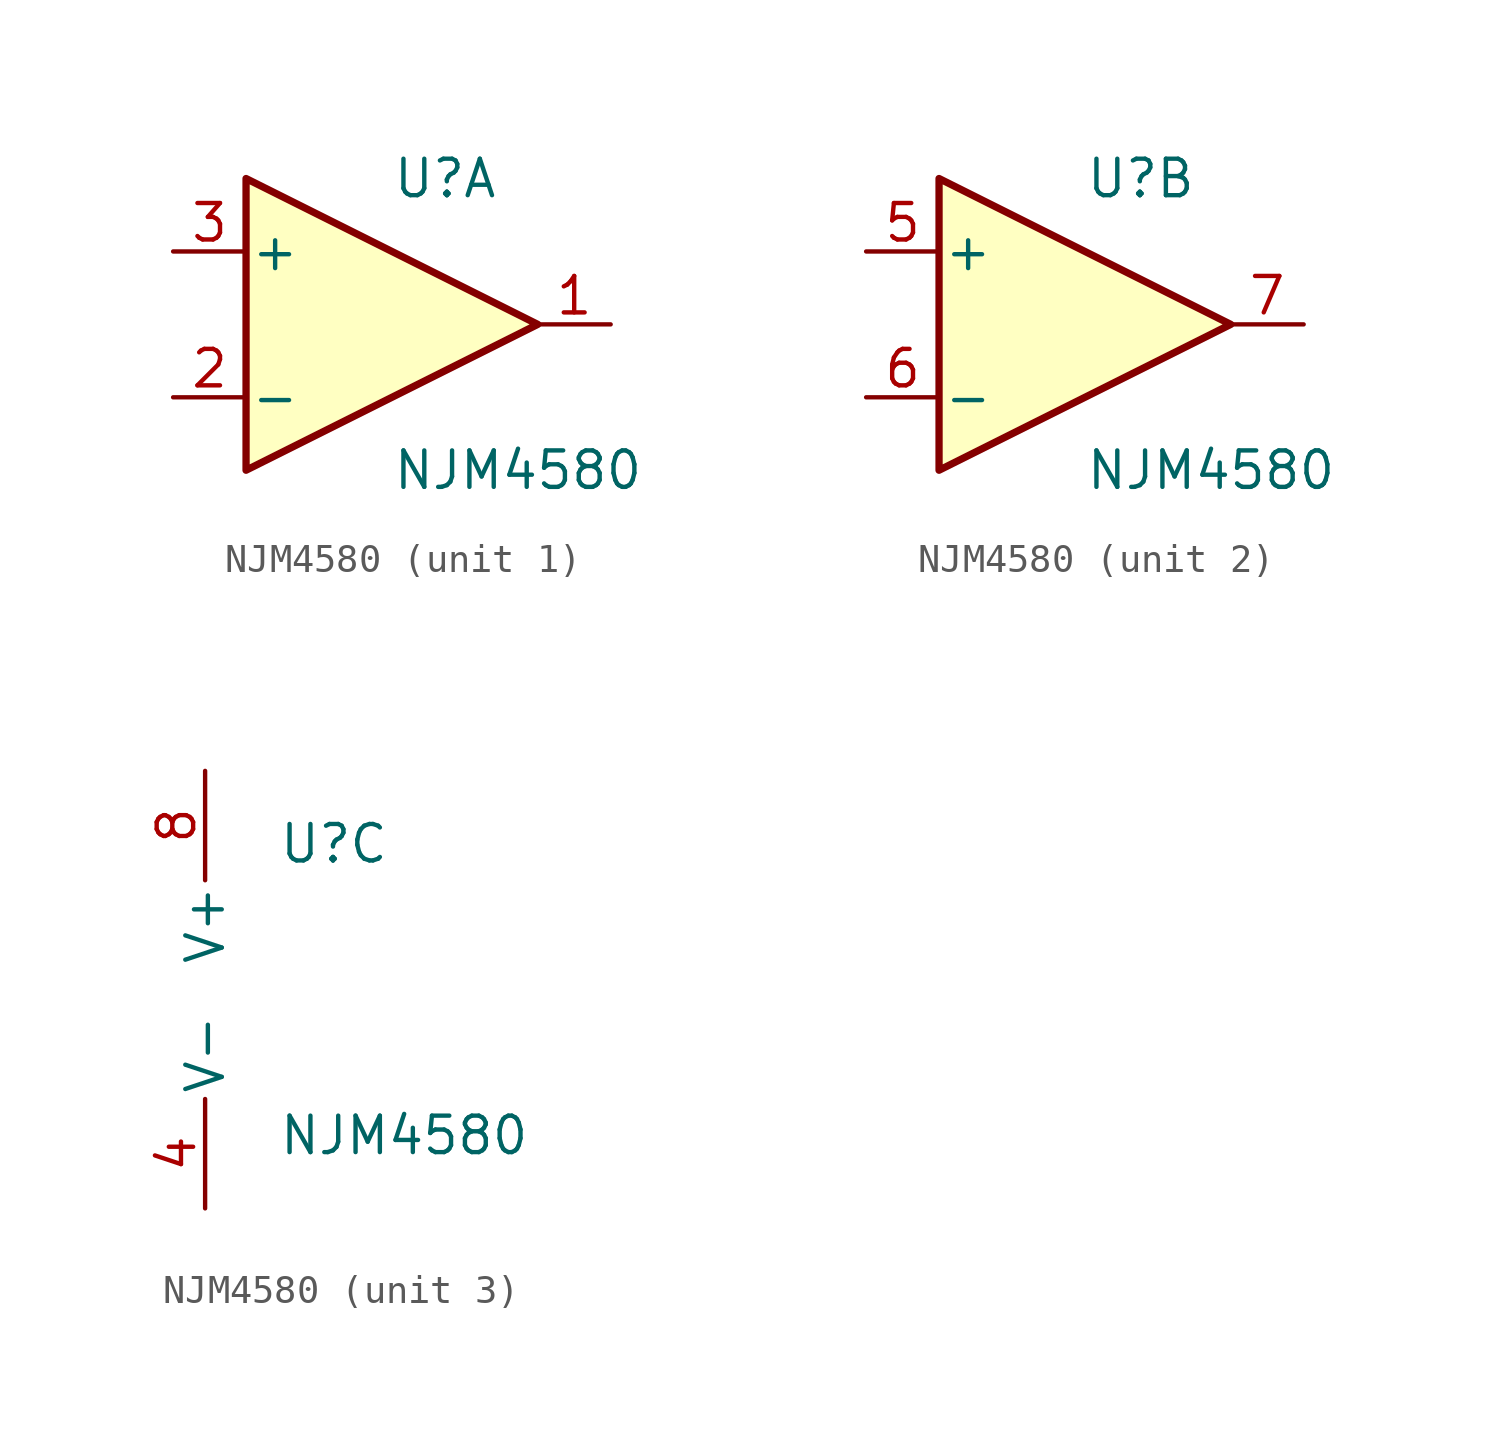
<source format=kicad_sym>
(kicad_symbol_lib
  (version 20220914)
  (generator kicad_symbol_editor)
  (symbol "NJM4580"
    (pin_names
      (offset 0.127))
    (property "Reference" "U"
      (at 0 5.08 0)
      (effects (font (size 1.27 1.27)) (justify left)))
    (property "Value" "NJM4580"
      (at 0 -5.08 0)
      (effects (font (size 1.27 1.27)) (justify left)))
    (property "ki_locked" ""
      (at 0 0 0)
      (effects (font (size 1.27 1.27))))
    (symbol "NJM4580_1_1"
      (polyline (pts (xy -5.08 5.08) (xy 5.08 0) (xy -5.08 -5.08) (xy -5.08 5.08)) (stroke (width 0.254) (type default)) (fill (type background)))
      (pin output line (at 7.62 0 180) (length 2.54) (name "~" (effects (font (size 1.27 1.27)))) (number "1" (effects (font (size 1.27 1.27)))))
      (pin input line (at -7.62 -2.54 0) (length 2.54) (name "-" (effects (font (size 1.27 1.27)))) (number "2" (effects (font (size 1.27 1.27)))))
      (pin input line (at -7.62 2.54 0) (length 2.54) (name "+" (effects (font (size 1.27 1.27)))) (number "3" (effects (font (size 1.27 1.27))))))
    (symbol "NJM4580_2_1"
      (polyline (pts (xy -5.08 5.08) (xy 5.08 0) (xy -5.08 -5.08) (xy -5.08 5.08)) (stroke (width 0.254) (type default)) (fill (type background)))
      (pin input line (at -7.62 2.54 0) (length 2.54) (name "+" (effects (font (size 1.27 1.27)))) (number "5" (effects (font (size 1.27 1.27)))))
      (pin input line (at -7.62 -2.54 0) (length 2.54) (name "-" (effects (font (size 1.27 1.27)))) (number "6" (effects (font (size 1.27 1.27)))))
      (pin output line (at 7.62 0 180) (length 2.54) (name "~" (effects (font (size 1.27 1.27)))) (number "7" (effects (font (size 1.27 1.27))))))
    (symbol "NJM4580_3_1"
      (pin power_in line (at -2.54 -7.62 90) (length 3.81) (name "V-" (effects (font (size 1.27 1.27)))) (number "4" (effects (font (size 1.27 1.27)))))
      (pin power_in line (at -2.54 7.62 270) (length 3.81) (name "V+" (effects (font (size 1.27 1.27)))) (number "8" (effects (font (size 1.27 1.27))))))))
</source>
